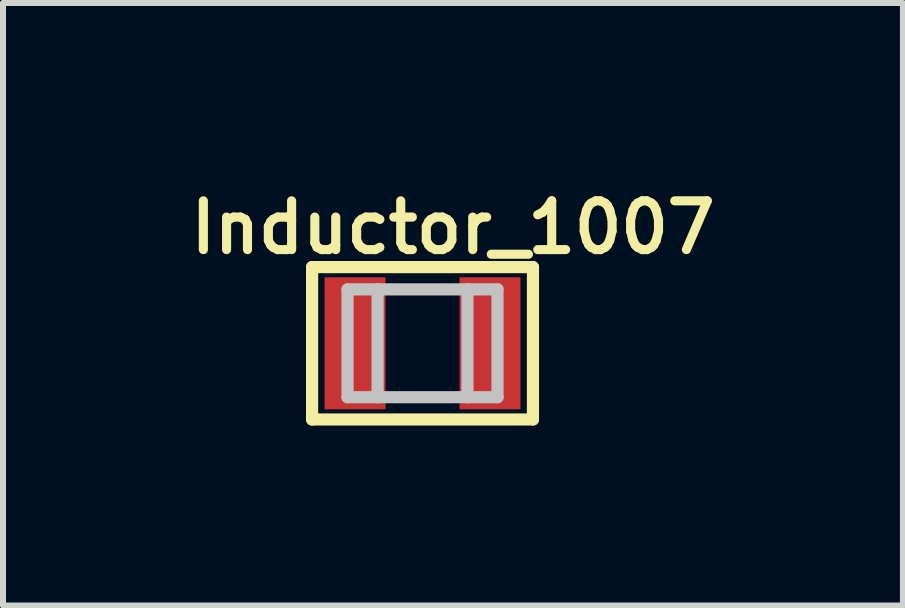
<source format=kicad_pcb>
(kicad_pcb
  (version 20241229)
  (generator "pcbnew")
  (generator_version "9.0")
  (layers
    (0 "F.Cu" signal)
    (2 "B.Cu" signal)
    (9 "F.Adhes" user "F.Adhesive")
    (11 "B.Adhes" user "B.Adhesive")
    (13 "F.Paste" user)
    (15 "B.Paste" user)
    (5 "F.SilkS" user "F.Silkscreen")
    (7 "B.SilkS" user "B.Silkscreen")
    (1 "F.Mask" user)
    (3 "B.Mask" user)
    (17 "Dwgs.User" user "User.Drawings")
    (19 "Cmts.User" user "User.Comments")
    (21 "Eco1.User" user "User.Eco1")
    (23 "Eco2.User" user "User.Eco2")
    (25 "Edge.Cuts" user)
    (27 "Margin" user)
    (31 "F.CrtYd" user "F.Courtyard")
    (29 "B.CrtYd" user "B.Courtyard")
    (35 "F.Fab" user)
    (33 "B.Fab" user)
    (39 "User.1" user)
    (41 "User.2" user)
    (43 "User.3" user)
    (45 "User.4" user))
  (footprint "Inductor_1007"
    (layer "F.Cu")
    (at 3.994 2.673)
    (property "Reference" "Inductor_1007" (at 0.508 -1.93 0) (layer "F.SilkS") (effects (font (size 0.813 0.813) (thickness 0.152))))
    (attr smd)
    (fp_line (start -1.841 -1.27) (end 1.841 -1.27) (stroke (width 0.203) (type solid)) (layer "F.SilkS"))
    (fp_line (start -1.841 1.27) (end -1.841 -1.27) (stroke (width 0.203) (type solid)) (layer "F.SilkS"))
    (fp_line (start 1.841 -1.27) (end 1.841 1.27) (stroke (width 0.203) (type solid)) (layer "F.SilkS"))
    (fp_line (start 1.841 1.27) (end -1.841 1.27) (stroke (width 0.203) (type solid)) (layer "F.SilkS"))
    (fp_line (start -1.25 -0.899) (end -0.749 -0.899) (stroke (width 0.203) (type solid)) (layer "Dwgs.User"))
    (fp_line (start -1.25 0.899) (end -1.25 -0.899) (stroke (width 0.203) (type solid)) (layer "Dwgs.User"))
    (fp_line (start -1.25 0.899) (end -0.749 0.899) (stroke (width 0.203) (type solid)) (layer "Dwgs.User"))
    (fp_line (start -0.749 -0.899) (end 0.749 -0.899) (stroke (width 0.203) (type solid)) (layer "Dwgs.User"))
    (fp_line (start -0.749 0.899) (end -0.749 -0.899) (stroke (width 0.203) (type solid)) (layer "Dwgs.User"))
    (fp_line (start -0.749 0.899) (end 0.749 0.899) (stroke (width 0.203) (type solid)) (layer "Dwgs.User"))
    (fp_line (start 0.749 -0.899) (end 1.25 -0.899) (stroke (width 0.203) (type solid)) (layer "Dwgs.User"))
    (fp_line (start 0.749 0.899) (end 0.749 -0.899) (stroke (width 0.203) (type solid)) (layer "Dwgs.User"))
    (fp_line (start 0.749 0.899) (end 1.25 0.899) (stroke (width 0.203) (type solid)) (layer "Dwgs.User"))
    (fp_line (start 1.25 0.899) (end 1.25 -0.899) (stroke (width 0.203) (type solid)) (layer "Dwgs.User"))
    (pad "P$1" smd rect (at -1.125 0) (size 1.016 2.2) (layers "F.Cu" "F.Mask" "F.Paste"))
    (pad "P$2" smd rect (at 1.125 0) (size 1.016 2.2) (layers "F.Cu" "F.Mask" "F.Paste")))
  (gr_rect
    (start -3 -3)
    (end 12.003 7.045)
    (stroke (width 0.1) (type default))
    (fill no)
    (layer "Edge.Cuts")))
</source>
